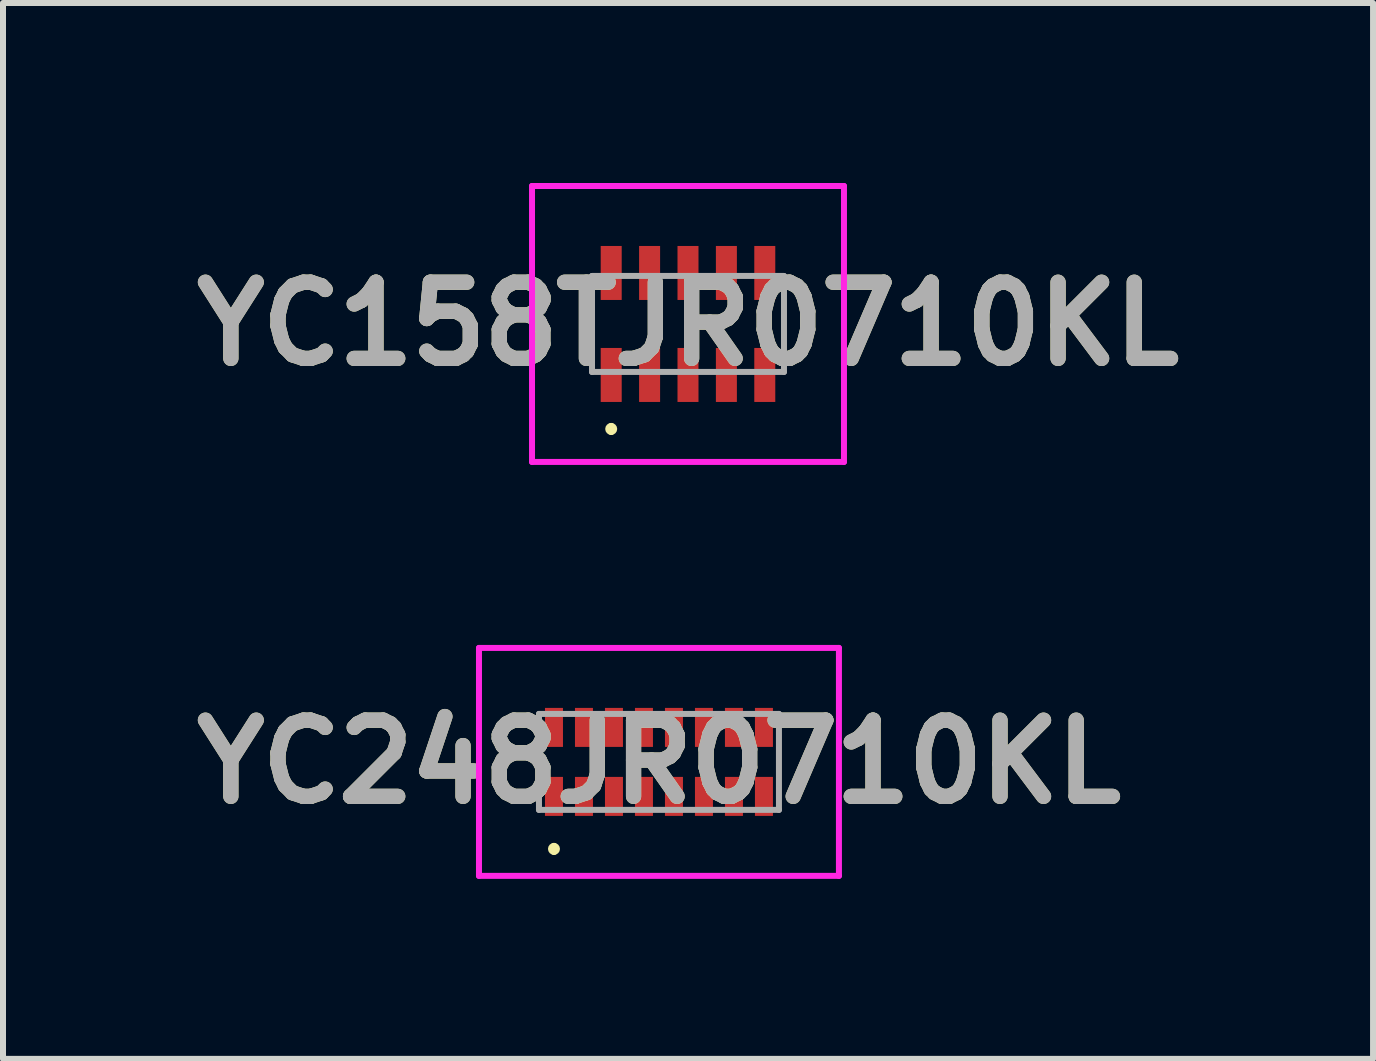
<source format=kicad_pcb>
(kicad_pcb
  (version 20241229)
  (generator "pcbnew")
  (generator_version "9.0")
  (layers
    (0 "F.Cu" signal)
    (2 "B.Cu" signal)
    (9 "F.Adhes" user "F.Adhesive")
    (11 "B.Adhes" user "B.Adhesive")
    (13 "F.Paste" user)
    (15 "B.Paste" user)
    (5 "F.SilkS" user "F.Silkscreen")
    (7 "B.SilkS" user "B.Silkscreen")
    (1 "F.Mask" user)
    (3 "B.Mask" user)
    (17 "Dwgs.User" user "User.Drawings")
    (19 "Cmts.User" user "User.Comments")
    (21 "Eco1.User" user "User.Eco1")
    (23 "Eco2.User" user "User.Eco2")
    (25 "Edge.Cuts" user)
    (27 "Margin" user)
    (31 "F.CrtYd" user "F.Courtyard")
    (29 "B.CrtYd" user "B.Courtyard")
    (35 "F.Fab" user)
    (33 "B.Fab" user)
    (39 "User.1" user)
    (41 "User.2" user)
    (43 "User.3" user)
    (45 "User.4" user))
  (footprint "YC158TJR0710KL"
    (layer "F.Cu")
    (at 8.418 2.35)
    (property "Reference" "YC158TJR0710KL" (at 0 0 0) (layer "F.SilkS") (effects (font (size 1.27 1.27) (thickness 0.254))))
    (attr smd)
    (fp_line (start -1.28 1.7) (end -1.28 1.7) (stroke (width 0.1) (type solid)) (layer "F.SilkS"))
    (fp_line (start -1.28 1.8) (end -1.28 1.8) (stroke (width 0.1) (type solid)) (layer "F.SilkS"))
    (fp_arc (start -1.28 1.7) (mid -1.23 1.75) (end -1.28 1.8) (stroke (width 0.1) (type solid)) (layer "F.SilkS"))
    (fp_arc (start -1.28 1.8) (mid -1.33 1.75) (end -1.28 1.7) (stroke (width 0.1) (type solid)) (layer "F.SilkS"))
    (fp_line (start -2.6 -2.3) (end 2.6 -2.3) (stroke (width 0.1) (type solid)) (layer "F.CrtYd"))
    (fp_line (start -2.6 2.3) (end -2.6 -2.3) (stroke (width 0.1) (type solid)) (layer "F.CrtYd"))
    (fp_line (start 2.6 -2.3) (end 2.6 2.3) (stroke (width 0.1) (type solid)) (layer "F.CrtYd"))
    (fp_line (start 2.6 2.3) (end -2.6 2.3) (stroke (width 0.1) (type solid)) (layer "F.CrtYd"))
    (fp_line (start -1.6 -0.8) (end 1.6 -0.8) (stroke (width 0.1) (type solid)) (layer "F.Fab"))
    (fp_line (start -1.6 0.8) (end -1.6 -0.8) (stroke (width 0.1) (type solid)) (layer "F.Fab"))
    (fp_line (start 1.6 -0.8) (end 1.6 0.8) (stroke (width 0.1) (type solid)) (layer "F.Fab"))
    (fp_line (start 1.6 0.8) (end -1.6 0.8) (stroke (width 0.1) (type solid)) (layer "F.Fab"))
    (fp_text user "${REFERENCE}" (at 0 0 0) (layer "F.Fab") (effects (font (size 1.27 1.27) (thickness 0.254))))
    (pad "1" smd rect (at -1.28 0.85) (size 0.35 0.9) (layers "F.Cu" "F.Mask" "F.Paste"))
    (pad "2" smd rect (at -0.64 0.85) (size 0.35 0.9) (layers "F.Cu" "F.Mask" "F.Paste"))
    (pad "3" smd rect (at 0 0.85) (size 0.35 0.9) (layers "F.Cu" "F.Mask" "F.Paste"))
    (pad "4" smd rect (at 0.64 0.85) (size 0.35 0.9) (layers "F.Cu" "F.Mask" "F.Paste"))
    (pad "5" smd rect (at 1.28 0.85) (size 0.35 0.9) (layers "F.Cu" "F.Mask" "F.Paste"))
    (pad "6" smd rect (at 1.28 -0.85) (size 0.35 0.9) (layers "F.Cu" "F.Mask" "F.Paste"))
    (pad "7" smd rect (at 0.64 -0.85) (size 0.35 0.9) (layers "F.Cu" "F.Mask" "F.Paste"))
    (pad "8" smd rect (at 0 -0.85) (size 0.35 0.9) (layers "F.Cu" "F.Mask" "F.Paste"))
    (pad "9" smd rect (at -0.64 -0.85) (size 0.35 0.9) (layers "F.Cu" "F.Mask" "F.Paste"))
    (pad "10" smd rect (at -1.28 -0.85) (size 0.35 0.9) (layers "F.Cu" "F.Mask" "F.Paste")))
  (footprint "YC248JR0710KL"
    (layer "F.Cu")
    (at 7.934 9.65)
    (property "Reference" "YC248JR0710KL" (at 0 0 0) (layer "F.SilkS") (effects (font (size 1.27 1.27) (thickness 0.254))))
    (attr smd)
    (fp_line (start -1.75 1.4) (end -1.75 1.4) (stroke (width 0.1) (type solid)) (layer "F.SilkS"))
    (fp_line (start -1.75 1.5) (end -1.75 1.5) (stroke (width 0.1) (type solid)) (layer "F.SilkS"))
    (fp_arc (start -1.75 1.4) (mid -1.7 1.45) (end -1.75 1.5) (stroke (width 0.1) (type solid)) (layer "F.SilkS"))
    (fp_arc (start -1.75 1.5) (mid -1.8 1.45) (end -1.75 1.4) (stroke (width 0.1) (type solid)) (layer "F.SilkS"))
    (fp_line (start -3 -1.9) (end 3 -1.9) (stroke (width 0.1) (type solid)) (layer "F.CrtYd"))
    (fp_line (start -3 1.9) (end -3 -1.9) (stroke (width 0.1) (type solid)) (layer "F.CrtYd"))
    (fp_line (start 3 -1.9) (end 3 1.9) (stroke (width 0.1) (type solid)) (layer "F.CrtYd"))
    (fp_line (start 3 1.9) (end -3 1.9) (stroke (width 0.1) (type solid)) (layer "F.CrtYd"))
    (fp_line (start -2 -0.8) (end -2 0.8) (stroke (width 0.1) (type solid)) (layer "F.Fab"))
    (fp_line (start -2 0.8) (end 2 0.8) (stroke (width 0.1) (type solid)) (layer "F.Fab"))
    (fp_line (start 2 -0.8) (end -2 -0.8) (stroke (width 0.1) (type solid)) (layer "F.Fab"))
    (fp_line (start 2 0.8) (end 2 -0.8) (stroke (width 0.1) (type solid)) (layer "F.Fab"))
    (fp_text user "${REFERENCE}" (at 0 0 0) (layer "F.Fab") (effects (font (size 1.27 1.27) (thickness 0.254))))
    (pad "1" smd rect (at -1.75 0.575) (size 0.3 0.65) (layers "F.Cu" "F.Mask" "F.Paste"))
    (pad "2" smd rect (at -1.25 0.575) (size 0.3 0.65) (layers "F.Cu" "F.Mask" "F.Paste"))
    (pad "3" smd rect (at -0.75 0.575) (size 0.3 0.65) (layers "F.Cu" "F.Mask" "F.Paste"))
    (pad "4" smd rect (at -0.25 0.575) (size 0.3 0.65) (layers "F.Cu" "F.Mask" "F.Paste"))
    (pad "5" smd rect (at 0.25 0.575) (size 0.3 0.65) (layers "F.Cu" "F.Mask" "F.Paste"))
    (pad "6" smd rect (at 0.75 0.575) (size 0.3 0.65) (layers "F.Cu" "F.Mask" "F.Paste"))
    (pad "7" smd rect (at 1.25 0.575) (size 0.3 0.65) (layers "F.Cu" "F.Mask" "F.Paste"))
    (pad "8" smd rect (at 1.75 0.575) (size 0.3 0.65) (layers "F.Cu" "F.Mask" "F.Paste"))
    (pad "9" smd rect (at 1.75 -0.575) (size 0.3 0.65) (layers "F.Cu" "F.Mask" "F.Paste"))
    (pad "10" smd rect (at 1.25 -0.575) (size 0.3 0.65) (layers "F.Cu" "F.Mask" "F.Paste"))
    (pad "11" smd rect (at 0.75 -0.575) (size 0.3 0.65) (layers "F.Cu" "F.Mask" "F.Paste"))
    (pad "12" smd rect (at 0.25 -0.575) (size 0.3 0.65) (layers "F.Cu" "F.Mask" "F.Paste"))
    (pad "13" smd rect (at -0.25 -0.575) (size 0.3 0.65) (layers "F.Cu" "F.Mask" "F.Paste"))
    (pad "14" smd rect (at -0.75 -0.575) (size 0.3 0.65) (layers "F.Cu" "F.Mask" "F.Paste"))
    (pad "15" smd rect (at -1.25 -0.575) (size 0.3 0.65) (layers "F.Cu" "F.Mask" "F.Paste"))
    (pad "16" smd rect (at -1.75 -0.575) (size 0.3 0.65) (layers "F.Cu" "F.Mask" "F.Paste")))
  (gr_rect
    (start -3 -3)
    (end 19.837 14.6)
    (stroke (width 0.1) (type default))
    (fill no)
    (layer "Edge.Cuts")))
</source>
